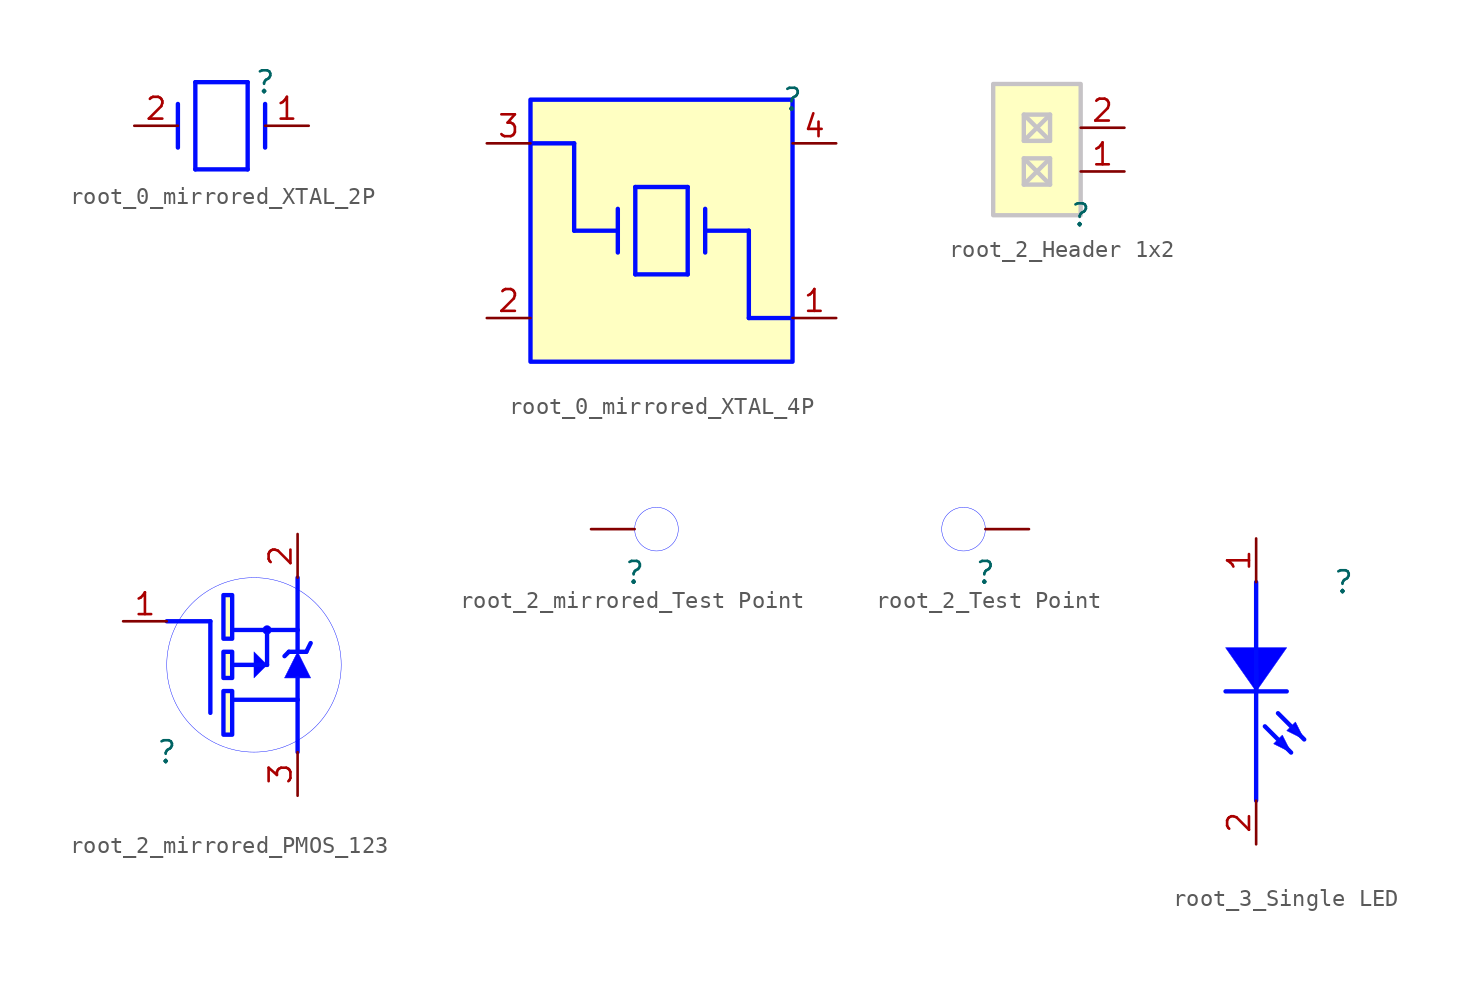
<source format=kicad_sym>
(kicad_symbol_lib
  (version 20231120)
  (generator "kicad_symbol_editor")
  (generator_version "8.0")
  (symbol "root_0_mirrored_XTAL_2P"
    (property "Reference" ""
      (at 0 0 0)
      (effects (font (size 1.27 1.27))))
    (property "Value" ""
      (at 0 0 0)
      (effects (font (size 1.27 1.27))))
    (symbol "root_0_mirrored_XTAL_2P_1_0"
      (polyline (pts (xy -5.08 -1.27) (xy -5.08 -3.81)) (stroke (width 0.254) (type solid) (color 0 11 255 1)) (fill (type none)))
      (polyline (pts (xy -4.064 -5.08) (xy -4.064 0)) (stroke (width 0.254) (type solid) (color 0 11 255 1)) (fill (type none)))
      (polyline (pts (xy -4.064 0) (xy -1.016 0)) (stroke (width 0.254) (type solid) (color 0 11 255 1)) (fill (type none)))
      (polyline (pts (xy -1.016 -5.08) (xy -4.064 -5.08)) (stroke (width 0.254) (type solid) (color 0 11 255 1)) (fill (type none)))
      (polyline (pts (xy -1.016 0) (xy -1.016 -5.08)) (stroke (width 0.254) (type solid) (color 0 11 255 1)) (fill (type none)))
      (polyline (pts (xy 0 -1.27) (xy 0 -3.81)) (stroke (width 0.254) (type solid) (color 0 11 255 1)) (fill (type none)))
      (pin passive line (at 2.54 -2.54 180) (length 2.54) (name "1" (effects (font (size 0 0)))) (number "1" (effects (font (size 1.27 1.27)))))
      (pin passive line (at -7.62 -2.54 0) (length 2.54) (name "2" (effects (font (size 0 0)))) (number "2" (effects (font (size 1.27 1.27)))))))
  (symbol "root_0_mirrored_XTAL_4P"
    (property "Reference" ""
      (at 0 0 0)
      (effects (font (size 1.27 1.27))))
    (property "Value" ""
      (at 0 0 0)
      (effects (font (size 1.27 1.27))))
    (symbol "root_0_mirrored_XTAL_4P_1_0"
      (rectangle (start 0 0) (end -15.24 -15.24) (stroke (width 0.254) (type solid) (color 0 11 255 1)) (fill (type background)))
      (polyline (pts (xy -12.7 -7.62) (xy -12.7 -2.54)) (stroke (width 0.254) (type solid) (color 0 11 255 1)) (fill (type none)))
      (polyline (pts (xy -12.7 -2.54) (xy -15.24 -2.54)) (stroke (width 0.254) (type solid) (color 0 11 255 1)) (fill (type none)))
      (polyline (pts (xy -10.16 -7.62) (xy -12.7 -7.62)) (stroke (width 0.254) (type solid) (color 0 11 255 1)) (fill (type none)))
      (polyline (pts (xy -10.16 -6.35) (xy -10.16 -8.89)) (stroke (width 0.254) (type solid) (color 0 11 255 1)) (fill (type none)))
      (polyline (pts (xy -9.144 -10.16) (xy -9.144 -5.08)) (stroke (width 0.254) (type solid) (color 0 11 255 1)) (fill (type none)))
      (polyline (pts (xy -9.144 -5.08) (xy -6.096 -5.08)) (stroke (width 0.254) (type solid) (color 0 11 255 1)) (fill (type none)))
      (polyline (pts (xy -6.096 -10.16) (xy -9.144 -10.16)) (stroke (width 0.254) (type solid) (color 0 11 255 1)) (fill (type none)))
      (polyline (pts (xy -6.096 -5.08) (xy -6.096 -10.16)) (stroke (width 0.254) (type solid) (color 0 11 255 1)) (fill (type none)))
      (polyline (pts (xy -5.08 -6.35) (xy -5.08 -8.89)) (stroke (width 0.254) (type solid) (color 0 11 255 1)) (fill (type none)))
      (polyline (pts (xy -2.54 -12.7) (xy -2.54 -7.62)) (stroke (width 0.254) (type solid) (color 0 11 255 1)) (fill (type none)))
      (polyline (pts (xy -2.54 -7.62) (xy -5.08 -7.62)) (stroke (width 0.254) (type solid) (color 0 11 255 1)) (fill (type none)))
      (polyline (pts (xy 0 -12.7) (xy -2.54 -12.7)) (stroke (width 0.254) (type solid) (color 0 11 255 1)) (fill (type none)))
      (pin passive line (at 2.54 -12.7 180) (length 2.54) (name "1" (effects (font (size 0 0)))) (number "1" (effects (font (size 1.27 1.27)))))
      (pin passive line (at -17.78 -12.7 0) (length 2.54) (name "2" (effects (font (size 0 0)))) (number "2" (effects (font (size 1.27 1.27)))))
      (pin passive line (at -17.78 -2.54 0) (length 2.54) (name "3" (effects (font (size 0 0)))) (number "3" (effects (font (size 1.27 1.27)))))
      (pin passive line (at 2.54 -2.54 180) (length 2.54) (name "4" (effects (font (size 0 0)))) (number "4" (effects (font (size 1.27 1.27)))))))
  (symbol "root_2_Header 1x2"
    (property "Reference" ""
      (at 0 0 0)
      (effects (font (size 1.27 1.27))))
    (property "Value" ""
      (at 0 0 0)
      (effects (font (size 1.27 1.27))))
    (symbol "root_2_Header 1x2_1_0"
      (rectangle (start -1.778 3.302) (end -3.302 1.778) (stroke (width 0.254) (type solid) (color 198 195 198 1)) (fill (type background)))
      (rectangle (start -1.778 5.842) (end -3.302 4.318) (stroke (width 0.254) (type solid) (color 198 195 198 1)) (fill (type background)))
      (polyline (pts (xy -1.778 1.778) (xy -3.302 3.302)) (stroke (width 0.254) (type solid) (color 198 195 198 1)) (fill (type none)))
      (polyline (pts (xy -1.778 3.302) (xy -3.302 1.778)) (stroke (width 0.254) (type solid) (color 198 195 198 1)) (fill (type none)))
      (polyline (pts (xy -1.778 4.318) (xy -3.302 5.842)) (stroke (width 0.254) (type solid) (color 198 195 198 1)) (fill (type none)))
      (polyline (pts (xy -1.778 5.842) (xy -3.302 4.318)) (stroke (width 0.254) (type solid) (color 198 195 198 1)) (fill (type none)))
      (rectangle (start 0 7.62) (end -5.08 0) (stroke (width 0.254) (type solid) (color 198 195 198 1)) (fill (type background)))
      (pin passive line (at 2.54 2.54 180) (length 2.54) (name "1" (effects (font (size 0 0)))) (number "1" (effects (font (size 1.27 1.27)))))
      (pin passive line (at 2.54 5.08 180) (length 2.54) (name "2" (effects (font (size 0 0)))) (number "2" (effects (font (size 1.27 1.27)))))))
  (symbol "root_2_mirrored_PMOS_123"
    (property "Reference" ""
      (at 0 0 0)
      (effects (font (size 1.27 1.27))))
    (property "Value" ""
      (at 0 0 0)
      (effects (font (size 1.27 1.27))))
    (symbol "root_2_mirrored_PMOS_123_1_0"
      (polyline (pts (xy 0 7.62) (xy 2.54 7.62)) (stroke (width 0.254) (type solid) (color 0 11 255 1)) (fill (type none)))
      (polyline (pts (xy 2.54 7.62) (xy 2.54 2.286)) (stroke (width 0.254) (type solid) (color 0 11 255 1)) (fill (type none)))
      (polyline (pts (xy 3.81 3.048) (xy 7.62 3.048)) (stroke (width 0.254) (type solid) (color 0 11 255 1)) (fill (type none)))
      (polyline (pts (xy 3.81 5.08) (xy 5.842 5.08)) (stroke (width 0.254) (type solid) (color 0 11 255 1)) (fill (type none)))
      (polyline (pts (xy 5.588 7.112) (xy 3.81 7.112)) (stroke (width 0.254) (type solid) (color 0 11 255 1)) (fill (type none)))
      (polyline (pts (xy 5.842 5.08) (xy 5.842 6.858)) (stroke (width 0.254) (type solid) (color 0 11 255 1)) (fill (type none)))
      (polyline (pts (xy 6.096 7.112) (xy 7.62 7.112)) (stroke (width 0.254) (type solid) (color 0 11 255 1)) (fill (type none)))
      (polyline (pts (xy 7.112 5.842) (xy 6.858 5.588)) (stroke (width 0.254) (type solid) (color 0 11 255 1)) (fill (type none)))
      (polyline (pts (xy 7.112 5.842) (xy 8.128 5.842)) (stroke (width 0.254) (type solid) (color 0 11 255 1)) (fill (type none)))
      (polyline (pts (xy 7.62 3.048) (xy 7.62 0)) (stroke (width 0.254) (type solid) (color 0 11 255 1)) (fill (type none)))
      (polyline (pts (xy 7.62 4.318) (xy 7.62 3.048)) (stroke (width 0.254) (type solid) (color 0 11 255 1)) (fill (type none)))
      (polyline (pts (xy 7.62 5.842) (xy 7.62 7.112)) (stroke (width 0.254) (type solid) (color 0 11 255 1)) (fill (type none)))
      (polyline (pts (xy 7.62 7.112) (xy 7.62 10.16)) (stroke (width 0.254) (type solid) (color 0 11 255 1)) (fill (type none)))
      (polyline (pts (xy 8.128 5.842) (xy 8.382 6.35)) (stroke (width 0.254) (type solid) (color 0 11 255 1)) (fill (type none)))
      (polyline (pts (xy 5.842 5.08) (xy 5.08 4.318) (xy 5.08 5.842) (xy 5.842 5.08) (xy 5.842 5.08)) (stroke (width 0.025) (type solid) (color 0 11 255 1)) (fill (type color) (color 0 0 255 1)))
      (polyline (pts (xy 7.62 5.842) (xy 7.62 5.842) (xy 8.382 4.318) (xy 6.858 4.318) (xy 7.62 5.842) (xy 7.62 5.842)) (stroke (width 0.025) (type solid) (color 0 11 255 1)) (fill (type color) (color 0 0 255 1)))
      (rectangle (start 3.81 3.556) (end 3.302 1.016) (stroke (width 0.254) (type solid) (color 0 11 255 1)) (fill (type background)))
      (rectangle (start 3.81 5.842) (end 3.302 4.318) (stroke (width 0.254) (type solid) (color 0 11 255 1)) (fill (type background)))
      (rectangle (start 3.81 9.144) (end 3.302 6.604) (stroke (width 0.254) (type solid) (color 0 11 255 1)) (fill (type background)))
      (circle (center 5.08 5.08) (radius 5.08) (stroke (width 0.025) (type solid) (color 0 11 255 1)) (fill (type none)))
      (circle (center 5.842 7.112) (radius 0.254) (stroke (width 0.025) (type solid) (color 0 11 255 1)) (fill (type color) (color 0 0 255 1)))
      (pin input line (at -2.54 7.62 0) (length 2.54) (name "G" (effects (font (size 0 0)))) (number "1" (effects (font (size 1.27 1.27)))))
      (pin passive line (at 7.62 12.7 270) (length 2.54) (name "S" (effects (font (size 0 0)))) (number "2" (effects (font (size 1.27 1.27)))))
      (pin passive line (at 7.62 -2.54 90) (length 2.54) (name "D" (effects (font (size 0 0)))) (number "3" (effects (font (size 1.27 1.27)))))))
  (symbol "root_2_mirrored_Test Point"
    (property "Reference" ""
      (at 0 0 0)
      (effects (font (size 1.27 1.27))))
    (property "Value" ""
      (at 0 0 0)
      (effects (font (size 1.27 1.27))))
    (symbol "root_2_mirrored_Test Point_1_0"
      (circle (center 1.27 2.54) (radius 1.27) (stroke (width 0.025) (type solid) (color 0 11 255 1)) (fill (type none)))
      (pin passive line (at -2.54 2.54 0) (length 2.54) (name "TP" (effects (font (size 0 0)))) (number "1" (effects (font (size 0 0)))))))
  (symbol "root_2_Test Point"
    (property "Reference" ""
      (at 0 0 0)
      (effects (font (size 1.27 1.27))))
    (property "Value" ""
      (at 0 0 0)
      (effects (font (size 1.27 1.27))))
    (symbol "root_2_Test Point_1_0"
      (circle (center -1.27 2.54) (radius 1.27) (stroke (width 0.025) (type solid) (color 0 11 255 1)) (fill (type none)))
      (pin passive line (at 2.54 2.54 180) (length 2.54) (name "TP" (effects (font (size 0 0)))) (number "1" (effects (font (size 0 0)))))))
  (symbol "root_3_Single LED"
    (property "Reference" ""
      (at 0 0 0)
      (effects (font (size 1.27 1.27))))
    (property "Value" ""
      (at 0 0 0)
      (effects (font (size 1.27 1.27))))
    (symbol "root_3_Single LED_1_0"
      (polyline (pts (xy -5.08 -5.08) (xy -5.08 -12.7)) (stroke (width 0.254) (type solid) (color 0 11 255 1)) (fill (type none)))
      (polyline (pts (xy -5.08 0) (xy -5.08 -6.35)) (stroke (width 0.254) (type solid) (color 0 11 255 1)) (fill (type none)))
      (polyline (pts (xy -3.302 -6.35) (xy -6.858 -6.35)) (stroke (width 0.254) (type solid) (color 0 11 255 1)) (fill (type none)))
      (polyline (pts (xy -3.048 -9.906) (xy -4.572 -8.382)) (stroke (width 0.254) (type solid) (color 0 11 255 1)) (fill (type none)))
      (polyline (pts (xy -2.286 -9.144) (xy -3.81 -7.62)) (stroke (width 0.254) (type solid) (color 0 11 255 1)) (fill (type none)))
      (polyline (pts (xy -5.08 -6.35) (xy -5.08 -6.35) (xy -6.858 -3.81) (xy -3.302 -3.81) (xy -5.08 -6.35) (xy -5.08 -6.35)) (stroke (width 0.025) (type solid) (color 0 11 255 1)) (fill (type color) (color 0 0 255 1)))
      (polyline (pts (xy -3.556 -8.89) (xy -3.556 -8.89) (xy -3.048 -9.906) (xy -4.064 -9.398) (xy -3.556 -8.89) (xy -3.556 -8.89)) (stroke (width 0.025) (type solid) (color 0 11 255 1)) (fill (type color) (color 0 0 255 1)))
      (polyline (pts (xy -2.794 -8.128) (xy -2.794 -8.128) (xy -2.286 -9.144) (xy -3.302 -8.636) (xy -2.794 -8.128) (xy -2.794 -8.128)) (stroke (width 0.025) (type solid) (color 0 11 255 1)) (fill (type color) (color 0 0 255 1)))
      (pin passive line (at -5.08 2.54 270) (length 2.54) (name "A" (effects (font (size 0 0)))) (number "1" (effects (font (size 1.27 1.27)))))
      (pin passive line (at -5.08 -15.24 90) (length 2.54) (name "C" (effects (font (size 0 0)))) (number "2" (effects (font (size 1.27 1.27))))))))
</source>
